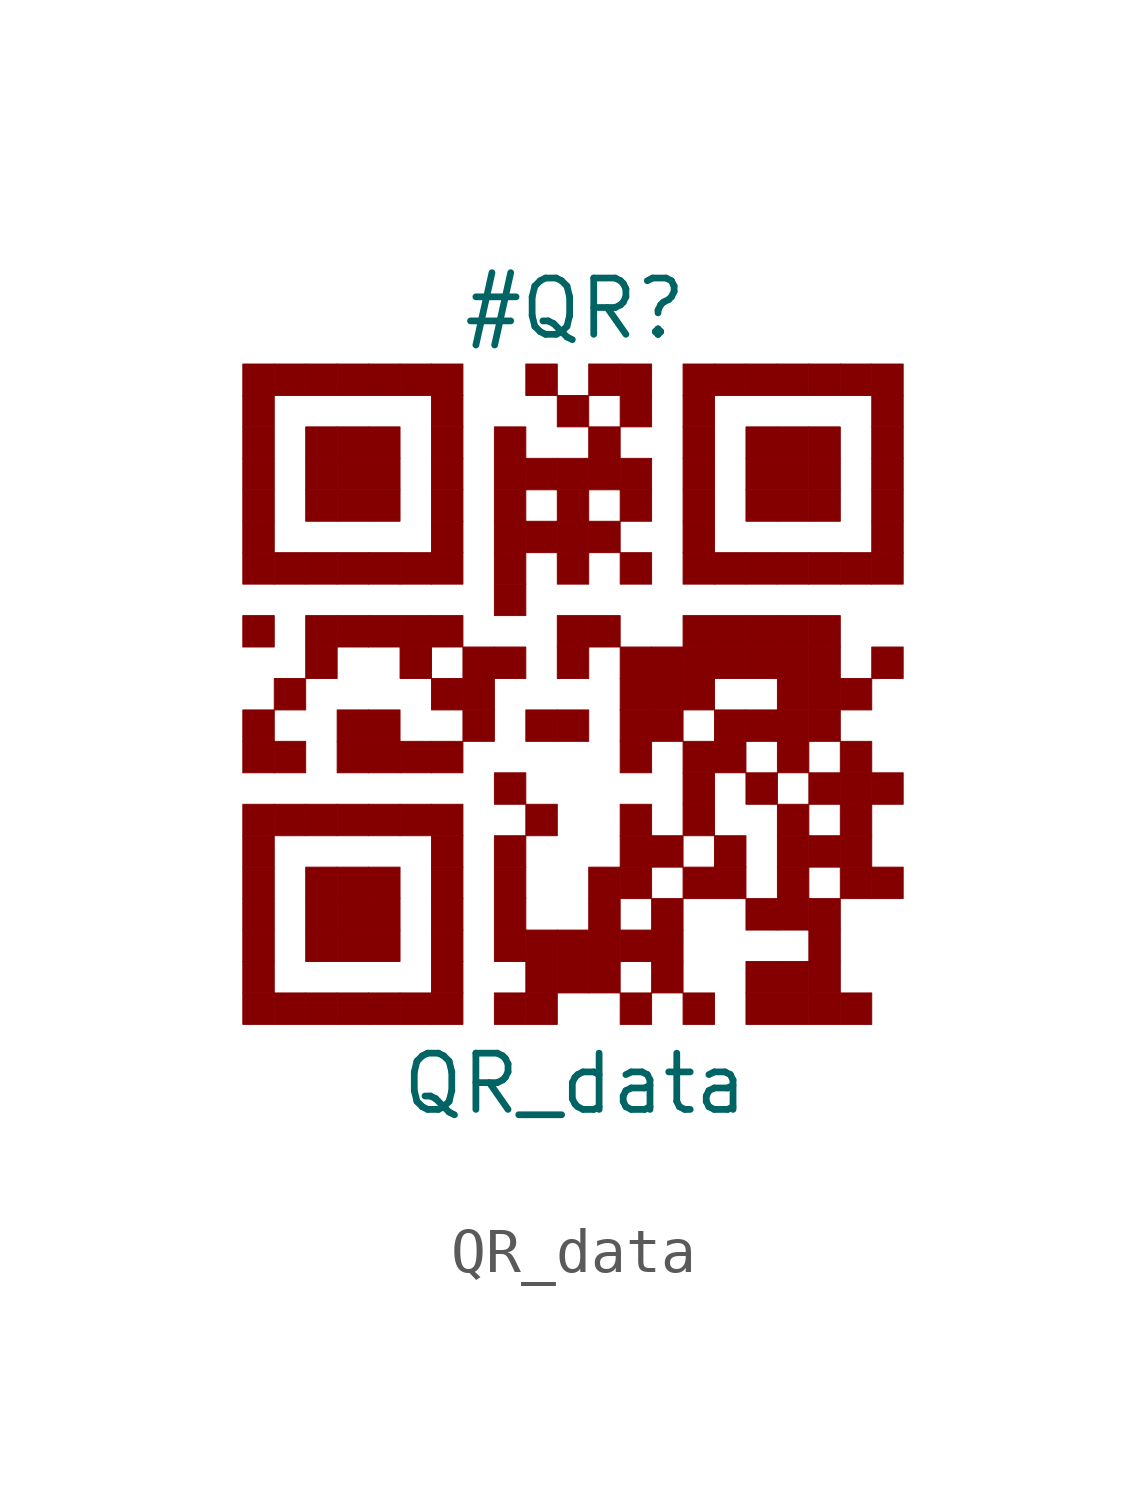
<source format=kicad_sym>
(kicad_symbol_lib
  (version 20211014)
  (generator kibot)
  (symbol "QR_data"
    (pin_numbers hide)
    (pin_names hide)
    (property "Reference" "#QR"
      (at 0 8.75 0)
      (effects (font (size 1.27 1.27))))
    (property "Value" "QR_data"
      (at 0 -8.75 0)
      (effects (font (size 1.27 1.27))))
    (rectangle
      (start -7.5 7.5)
      (end -6.79 6.79)
      (stroke (width 0.001) (type default))
      (fill (type outline)))
    (rectangle
      (start -6.79 7.5)
      (end -6.08 6.79)
      (stroke (width 0.001) (type default))
      (fill (type outline)))
    (rectangle
      (start -6.08 7.5)
      (end -5.37 6.79)
      (stroke (width 0.001) (type default))
      (fill (type outline)))
    (rectangle
      (start -5.37 7.5)
      (end -4.66 6.79)
      (stroke (width 0.001) (type default))
      (fill (type outline)))
    (rectangle
      (start -4.66 7.5)
      (end -3.95 6.79)
      (stroke (width 0.001) (type default))
      (fill (type outline)))
    (rectangle
      (start -3.95 7.5)
      (end -3.24 6.79)
      (stroke (width 0.001) (type default))
      (fill (type outline)))
    (rectangle
      (start -3.24 7.5)
      (end -2.53 6.79)
      (stroke (width 0.001) (type default))
      (fill (type outline)))
    (rectangle
      (start -1.11 7.5)
      (end -0.4 6.79)
      (stroke (width 0.001) (type default))
      (fill (type outline)))
    (rectangle
      (start 0.31 7.5)
      (end 1.02 6.79)
      (stroke (width 0.001) (type default))
      (fill (type outline)))
    (rectangle
      (start 1.02 7.5)
      (end 1.73 6.79)
      (stroke (width 0.001) (type default))
      (fill (type outline)))
    (rectangle
      (start 2.44 7.5)
      (end 3.15 6.79)
      (stroke (width 0.001) (type default))
      (fill (type outline)))
    (rectangle
      (start 3.15 7.5)
      (end 3.86 6.79)
      (stroke (width 0.001) (type default))
      (fill (type outline)))
    (rectangle
      (start 3.86 7.5)
      (end 4.57 6.79)
      (stroke (width 0.001) (type default))
      (fill (type outline)))
    (rectangle
      (start 4.57 7.5)
      (end 5.28 6.79)
      (stroke (width 0.001) (type default))
      (fill (type outline)))
    (rectangle
      (start 5.28 7.5)
      (end 5.99 6.79)
      (stroke (width 0.001) (type default))
      (fill (type outline)))
    (rectangle
      (start 5.99 7.5)
      (end 6.7 6.79)
      (stroke (width 0.001) (type default))
      (fill (type outline)))
    (rectangle
      (start 6.7 7.5)
      (end 7.41 6.79)
      (stroke (width 0.001) (type default))
      (fill (type outline)))
    (rectangle
      (start -7.5 6.79)
      (end -6.79 6.08)
      (stroke (width 0.001) (type default))
      (fill (type outline)))
    (rectangle
      (start -3.24 6.79)
      (end -2.53 6.08)
      (stroke (width 0.001) (type default))
      (fill (type outline)))
    (rectangle
      (start -0.4 6.79)
      (end 0.31 6.08)
      (stroke (width 0.001) (type default))
      (fill (type outline)))
    (rectangle
      (start 1.02 6.79)
      (end 1.73 6.08)
      (stroke (width 0.001) (type default))
      (fill (type outline)))
    (rectangle
      (start 2.44 6.79)
      (end 3.15 6.08)
      (stroke (width 0.001) (type default))
      (fill (type outline)))
    (rectangle
      (start 6.7 6.79)
      (end 7.41 6.08)
      (stroke (width 0.001) (type default))
      (fill (type outline)))
    (rectangle
      (start -7.5 6.08)
      (end -6.79 5.37)
      (stroke (width 0.001) (type default))
      (fill (type outline)))
    (rectangle
      (start -6.08 6.08)
      (end -5.37 5.37)
      (stroke (width 0.001) (type default))
      (fill (type outline)))
    (rectangle
      (start -5.37 6.08)
      (end -4.66 5.37)
      (stroke (width 0.001) (type default))
      (fill (type outline)))
    (rectangle
      (start -4.66 6.08)
      (end -3.95 5.37)
      (stroke (width 0.001) (type default))
      (fill (type outline)))
    (rectangle
      (start -3.24 6.08)
      (end -2.53 5.37)
      (stroke (width 0.001) (type default))
      (fill (type outline)))
    (rectangle
      (start -1.82 6.08)
      (end -1.11 5.37)
      (stroke (width 0.001) (type default))
      (fill (type outline)))
    (rectangle
      (start 0.31 6.08)
      (end 1.02 5.37)
      (stroke (width 0.001) (type default))
      (fill (type outline)))
    (rectangle
      (start 2.44 6.08)
      (end 3.15 5.37)
      (stroke (width 0.001) (type default))
      (fill (type outline)))
    (rectangle
      (start 3.86 6.08)
      (end 4.57 5.37)
      (stroke (width 0.001) (type default))
      (fill (type outline)))
    (rectangle
      (start 4.57 6.08)
      (end 5.28 5.37)
      (stroke (width 0.001) (type default))
      (fill (type outline)))
    (rectangle
      (start 5.28 6.08)
      (end 5.99 5.37)
      (stroke (width 0.001) (type default))
      (fill (type outline)))
    (rectangle
      (start 6.7 6.08)
      (end 7.41 5.37)
      (stroke (width 0.001) (type default))
      (fill (type outline)))
    (rectangle
      (start -7.5 5.37)
      (end -6.79 4.66)
      (stroke (width 0.001) (type default))
      (fill (type outline)))
    (rectangle
      (start -6.08 5.37)
      (end -5.37 4.66)
      (stroke (width 0.001) (type default))
      (fill (type outline)))
    (rectangle
      (start -5.37 5.37)
      (end -4.66 4.66)
      (stroke (width 0.001) (type default))
      (fill (type outline)))
    (rectangle
      (start -4.66 5.37)
      (end -3.95 4.66)
      (stroke (width 0.001) (type default))
      (fill (type outline)))
    (rectangle
      (start -3.24 5.37)
      (end -2.53 4.66)
      (stroke (width 0.001) (type default))
      (fill (type outline)))
    (rectangle
      (start -1.82 5.37)
      (end -1.11 4.66)
      (stroke (width 0.001) (type default))
      (fill (type outline)))
    (rectangle
      (start -1.11 5.37)
      (end -0.4 4.66)
      (stroke (width 0.001) (type default))
      (fill (type outline)))
    (rectangle
      (start -0.4 5.37)
      (end 0.31 4.66)
      (stroke (width 0.001) (type default))
      (fill (type outline)))
    (rectangle
      (start 0.31 5.37)
      (end 1.02 4.66)
      (stroke (width 0.001) (type default))
      (fill (type outline)))
    (rectangle
      (start 1.02 5.37)
      (end 1.73 4.66)
      (stroke (width 0.001) (type default))
      (fill (type outline)))
    (rectangle
      (start 2.44 5.37)
      (end 3.15 4.66)
      (stroke (width 0.001) (type default))
      (fill (type outline)))
    (rectangle
      (start 3.86 5.37)
      (end 4.57 4.66)
      (stroke (width 0.001) (type default))
      (fill (type outline)))
    (rectangle
      (start 4.57 5.37)
      (end 5.28 4.66)
      (stroke (width 0.001) (type default))
      (fill (type outline)))
    (rectangle
      (start 5.28 5.37)
      (end 5.99 4.66)
      (stroke (width 0.001) (type default))
      (fill (type outline)))
    (rectangle
      (start 6.7 5.37)
      (end 7.41 4.66)
      (stroke (width 0.001) (type default))
      (fill (type outline)))
    (rectangle
      (start -7.5 4.66)
      (end -6.79 3.95)
      (stroke (width 0.001) (type default))
      (fill (type outline)))
    (rectangle
      (start -6.08 4.66)
      (end -5.37 3.95)
      (stroke (width 0.001) (type default))
      (fill (type outline)))
    (rectangle
      (start -5.37 4.66)
      (end -4.66 3.95)
      (stroke (width 0.001) (type default))
      (fill (type outline)))
    (rectangle
      (start -4.66 4.66)
      (end -3.95 3.95)
      (stroke (width 0.001) (type default))
      (fill (type outline)))
    (rectangle
      (start -3.24 4.66)
      (end -2.53 3.95)
      (stroke (width 0.001) (type default))
      (fill (type outline)))
    (rectangle
      (start -1.82 4.66)
      (end -1.11 3.95)
      (stroke (width 0.001) (type default))
      (fill (type outline)))
    (rectangle
      (start -0.4 4.66)
      (end 0.31 3.95)
      (stroke (width 0.001) (type default))
      (fill (type outline)))
    (rectangle
      (start 1.02 4.66)
      (end 1.73 3.95)
      (stroke (width 0.001) (type default))
      (fill (type outline)))
    (rectangle
      (start 2.44 4.66)
      (end 3.15 3.95)
      (stroke (width 0.001) (type default))
      (fill (type outline)))
    (rectangle
      (start 3.86 4.66)
      (end 4.57 3.95)
      (stroke (width 0.001) (type default))
      (fill (type outline)))
    (rectangle
      (start 4.57 4.66)
      (end 5.28 3.95)
      (stroke (width 0.001) (type default))
      (fill (type outline)))
    (rectangle
      (start 5.28 4.66)
      (end 5.99 3.95)
      (stroke (width 0.001) (type default))
      (fill (type outline)))
    (rectangle
      (start 6.7 4.66)
      (end 7.41 3.95)
      (stroke (width 0.001) (type default))
      (fill (type outline)))
    (rectangle
      (start -7.5 3.95)
      (end -6.79 3.24)
      (stroke (width 0.001) (type default))
      (fill (type outline)))
    (rectangle
      (start -3.24 3.95)
      (end -2.53 3.24)
      (stroke (width 0.001) (type default))
      (fill (type outline)))
    (rectangle
      (start -1.82 3.95)
      (end -1.11 3.24)
      (stroke (width 0.001) (type default))
      (fill (type outline)))
    (rectangle
      (start -1.11 3.95)
      (end -0.4 3.24)
      (stroke (width 0.001) (type default))
      (fill (type outline)))
    (rectangle
      (start -0.4 3.95)
      (end 0.31 3.24)
      (stroke (width 0.001) (type default))
      (fill (type outline)))
    (rectangle
      (start 0.31 3.95)
      (end 1.02 3.24)
      (stroke (width 0.001) (type default))
      (fill (type outline)))
    (rectangle
      (start 2.44 3.95)
      (end 3.15 3.24)
      (stroke (width 0.001) (type default))
      (fill (type outline)))
    (rectangle
      (start 6.7 3.95)
      (end 7.41 3.24)
      (stroke (width 0.001) (type default))
      (fill (type outline)))
    (rectangle
      (start -7.5 3.24)
      (end -6.79 2.53)
      (stroke (width 0.001) (type default))
      (fill (type outline)))
    (rectangle
      (start -6.79 3.24)
      (end -6.08 2.53)
      (stroke (width 0.001) (type default))
      (fill (type outline)))
    (rectangle
      (start -6.08 3.24)
      (end -5.37 2.53)
      (stroke (width 0.001) (type default))
      (fill (type outline)))
    (rectangle
      (start -5.37 3.24)
      (end -4.66 2.53)
      (stroke (width 0.001) (type default))
      (fill (type outline)))
    (rectangle
      (start -4.66 3.24)
      (end -3.95 2.53)
      (stroke (width 0.001) (type default))
      (fill (type outline)))
    (rectangle
      (start -3.95 3.24)
      (end -3.24 2.53)
      (stroke (width 0.001) (type default))
      (fill (type outline)))
    (rectangle
      (start -3.24 3.24)
      (end -2.53 2.53)
      (stroke (width 0.001) (type default))
      (fill (type outline)))
    (rectangle
      (start -1.82 3.24)
      (end -1.11 2.53)
      (stroke (width 0.001) (type default))
      (fill (type outline)))
    (rectangle
      (start -0.4 3.24)
      (end 0.31 2.53)
      (stroke (width 0.001) (type default))
      (fill (type outline)))
    (rectangle
      (start 1.02 3.24)
      (end 1.73 2.53)
      (stroke (width 0.001) (type default))
      (fill (type outline)))
    (rectangle
      (start 2.44 3.24)
      (end 3.15 2.53)
      (stroke (width 0.001) (type default))
      (fill (type outline)))
    (rectangle
      (start 3.15 3.24)
      (end 3.86 2.53)
      (stroke (width 0.001) (type default))
      (fill (type outline)))
    (rectangle
      (start 3.86 3.24)
      (end 4.57 2.53)
      (stroke (width 0.001) (type default))
      (fill (type outline)))
    (rectangle
      (start 4.57 3.24)
      (end 5.28 2.53)
      (stroke (width 0.001) (type default))
      (fill (type outline)))
    (rectangle
      (start 5.28 3.24)
      (end 5.99 2.53)
      (stroke (width 0.001) (type default))
      (fill (type outline)))
    (rectangle
      (start 5.99 3.24)
      (end 6.7 2.53)
      (stroke (width 0.001) (type default))
      (fill (type outline)))
    (rectangle
      (start 6.7 3.24)
      (end 7.41 2.53)
      (stroke (width 0.001) (type default))
      (fill (type outline)))
    (rectangle
      (start -1.82 2.53)
      (end -1.11 1.82)
      (stroke (width 0.001) (type default))
      (fill (type outline)))
    (rectangle
      (start -7.5 1.82)
      (end -6.79 1.11)
      (stroke (width 0.001) (type default))
      (fill (type outline)))
    (rectangle
      (start -6.08 1.82)
      (end -5.37 1.11)
      (stroke (width 0.001) (type default))
      (fill (type outline)))
    (rectangle
      (start -5.37 1.82)
      (end -4.66 1.11)
      (stroke (width 0.001) (type default))
      (fill (type outline)))
    (rectangle
      (start -4.66 1.82)
      (end -3.95 1.11)
      (stroke (width 0.001) (type default))
      (fill (type outline)))
    (rectangle
      (start -3.95 1.82)
      (end -3.24 1.11)
      (stroke (width 0.001) (type default))
      (fill (type outline)))
    (rectangle
      (start -3.24 1.82)
      (end -2.53 1.11)
      (stroke (width 0.001) (type default))
      (fill (type outline)))
    (rectangle
      (start -0.4 1.82)
      (end 0.31 1.11)
      (stroke (width 0.001) (type default))
      (fill (type outline)))
    (rectangle
      (start 0.31 1.82)
      (end 1.02 1.11)
      (stroke (width 0.001) (type default))
      (fill (type outline)))
    (rectangle
      (start 2.44 1.82)
      (end 3.15 1.11)
      (stroke (width 0.001) (type default))
      (fill (type outline)))
    (rectangle
      (start 3.15 1.82)
      (end 3.86 1.11)
      (stroke (width 0.001) (type default))
      (fill (type outline)))
    (rectangle
      (start 3.86 1.82)
      (end 4.57 1.11)
      (stroke (width 0.001) (type default))
      (fill (type outline)))
    (rectangle
      (start 4.57 1.82)
      (end 5.28 1.11)
      (stroke (width 0.001) (type default))
      (fill (type outline)))
    (rectangle
      (start 5.28 1.82)
      (end 5.99 1.11)
      (stroke (width 0.001) (type default))
      (fill (type outline)))
    (rectangle
      (start -6.08 1.11)
      (end -5.37 0.4)
      (stroke (width 0.001) (type default))
      (fill (type outline)))
    (rectangle
      (start -3.95 1.11)
      (end -3.24 0.4)
      (stroke (width 0.001) (type default))
      (fill (type outline)))
    (rectangle
      (start -2.53 1.11)
      (end -1.82 0.4)
      (stroke (width 0.001) (type default))
      (fill (type outline)))
    (rectangle
      (start -1.82 1.11)
      (end -1.11 0.4)
      (stroke (width 0.001) (type default))
      (fill (type outline)))
    (rectangle
      (start -0.4 1.11)
      (end 0.31 0.4)
      (stroke (width 0.001) (type default))
      (fill (type outline)))
    (rectangle
      (start 1.02 1.11)
      (end 1.73 0.4)
      (stroke (width 0.001) (type default))
      (fill (type outline)))
    (rectangle
      (start 1.73 1.11)
      (end 2.44 0.4)
      (stroke (width 0.001) (type default))
      (fill (type outline)))
    (rectangle
      (start 2.44 1.11)
      (end 3.15 0.4)
      (stroke (width 0.001) (type default))
      (fill (type outline)))
    (rectangle
      (start 3.15 1.11)
      (end 3.86 0.4)
      (stroke (width 0.001) (type default))
      (fill (type outline)))
    (rectangle
      (start 3.86 1.11)
      (end 4.57 0.4)
      (stroke (width 0.001) (type default))
      (fill (type outline)))
    (rectangle
      (start 4.57 1.11)
      (end 5.28 0.4)
      (stroke (width 0.001) (type default))
      (fill (type outline)))
    (rectangle
      (start 5.28 1.11)
      (end 5.99 0.4)
      (stroke (width 0.001) (type default))
      (fill (type outline)))
    (rectangle
      (start 6.7 1.11)
      (end 7.41 0.4)
      (stroke (width 0.001) (type default))
      (fill (type outline)))
    (rectangle
      (start -6.79 0.4)
      (end -6.08 -0.31)
      (stroke (width 0.001) (type default))
      (fill (type outline)))
    (rectangle
      (start -3.24 0.4)
      (end -2.53 -0.31)
      (stroke (width 0.001) (type default))
      (fill (type outline)))
    (rectangle
      (start -2.53 0.4)
      (end -1.82 -0.31)
      (stroke (width 0.001) (type default))
      (fill (type outline)))
    (rectangle
      (start 1.02 0.4)
      (end 1.73 -0.31)
      (stroke (width 0.001) (type default))
      (fill (type outline)))
    (rectangle
      (start 1.73 0.4)
      (end 2.44 -0.31)
      (stroke (width 0.001) (type default))
      (fill (type outline)))
    (rectangle
      (start 2.44 0.4)
      (end 3.15 -0.31)
      (stroke (width 0.001) (type default))
      (fill (type outline)))
    (rectangle
      (start 4.57 0.4)
      (end 5.28 -0.31)
      (stroke (width 0.001) (type default))
      (fill (type outline)))
    (rectangle
      (start 5.28 0.4)
      (end 5.99 -0.31)
      (stroke (width 0.001) (type default))
      (fill (type outline)))
    (rectangle
      (start 5.99 0.4)
      (end 6.7 -0.31)
      (stroke (width 0.001) (type default))
      (fill (type outline)))
    (rectangle
      (start -7.5 -0.31)
      (end -6.79 -1.02)
      (stroke (width 0.001) (type default))
      (fill (type outline)))
    (rectangle
      (start -5.37 -0.31)
      (end -4.66 -1.02)
      (stroke (width 0.001) (type default))
      (fill (type outline)))
    (rectangle
      (start -4.66 -0.31)
      (end -3.95 -1.02)
      (stroke (width 0.001) (type default))
      (fill (type outline)))
    (rectangle
      (start -2.53 -0.31)
      (end -1.82 -1.02)
      (stroke (width 0.001) (type default))
      (fill (type outline)))
    (rectangle
      (start -1.11 -0.31)
      (end -0.4 -1.02)
      (stroke (width 0.001) (type default))
      (fill (type outline)))
    (rectangle
      (start -0.4 -0.31)
      (end 0.31 -1.02)
      (stroke (width 0.001) (type default))
      (fill (type outline)))
    (rectangle
      (start 1.02 -0.31)
      (end 1.73 -1.02)
      (stroke (width 0.001) (type default))
      (fill (type outline)))
    (rectangle
      (start 1.73 -0.31)
      (end 2.44 -1.02)
      (stroke (width 0.001) (type default))
      (fill (type outline)))
    (rectangle
      (start 3.15 -0.31)
      (end 3.86 -1.02)
      (stroke (width 0.001) (type default))
      (fill (type outline)))
    (rectangle
      (start 3.86 -0.31)
      (end 4.57 -1.02)
      (stroke (width 0.001) (type default))
      (fill (type outline)))
    (rectangle
      (start 4.57 -0.31)
      (end 5.28 -1.02)
      (stroke (width 0.001) (type default))
      (fill (type outline)))
    (rectangle
      (start 5.28 -0.31)
      (end 5.99 -1.02)
      (stroke (width 0.001) (type default))
      (fill (type outline)))
    (rectangle
      (start -7.5 -1.02)
      (end -6.79 -1.73)
      (stroke (width 0.001) (type default))
      (fill (type outline)))
    (rectangle
      (start -6.79 -1.02)
      (end -6.08 -1.73)
      (stroke (width 0.001) (type default))
      (fill (type outline)))
    (rectangle
      (start -5.37 -1.02)
      (end -4.66 -1.73)
      (stroke (width 0.001) (type default))
      (fill (type outline)))
    (rectangle
      (start -4.66 -1.02)
      (end -3.95 -1.73)
      (stroke (width 0.001) (type default))
      (fill (type outline)))
    (rectangle
      (start -3.95 -1.02)
      (end -3.24 -1.73)
      (stroke (width 0.001) (type default))
      (fill (type outline)))
    (rectangle
      (start -3.24 -1.02)
      (end -2.53 -1.73)
      (stroke (width 0.001) (type default))
      (fill (type outline)))
    (rectangle
      (start 1.02 -1.02)
      (end 1.73 -1.73)
      (stroke (width 0.001) (type default))
      (fill (type outline)))
    (rectangle
      (start 2.44 -1.02)
      (end 3.15 -1.73)
      (stroke (width 0.001) (type default))
      (fill (type outline)))
    (rectangle
      (start 3.15 -1.02)
      (end 3.86 -1.73)
      (stroke (width 0.001) (type default))
      (fill (type outline)))
    (rectangle
      (start 4.57 -1.02)
      (end 5.28 -1.73)
      (stroke (width 0.001) (type default))
      (fill (type outline)))
    (rectangle
      (start 5.99 -1.02)
      (end 6.7 -1.73)
      (stroke (width 0.001) (type default))
      (fill (type outline)))
    (rectangle
      (start -1.82 -1.73)
      (end -1.11 -2.44)
      (stroke (width 0.001) (type default))
      (fill (type outline)))
    (rectangle
      (start 2.44 -1.73)
      (end 3.15 -2.44)
      (stroke (width 0.001) (type default))
      (fill (type outline)))
    (rectangle
      (start 3.86 -1.73)
      (end 4.57 -2.44)
      (stroke (width 0.001) (type default))
      (fill (type outline)))
    (rectangle
      (start 5.28 -1.73)
      (end 5.99 -2.44)
      (stroke (width 0.001) (type default))
      (fill (type outline)))
    (rectangle
      (start 5.99 -1.73)
      (end 6.7 -2.44)
      (stroke (width 0.001) (type default))
      (fill (type outline)))
    (rectangle
      (start 6.7 -1.73)
      (end 7.41 -2.44)
      (stroke (width 0.001) (type default))
      (fill (type outline)))
    (rectangle
      (start -7.5 -2.44)
      (end -6.79 -3.15)
      (stroke (width 0.001) (type default))
      (fill (type outline)))
    (rectangle
      (start -6.79 -2.44)
      (end -6.08 -3.15)
      (stroke (width 0.001) (type default))
      (fill (type outline)))
    (rectangle
      (start -6.08 -2.44)
      (end -5.37 -3.15)
      (stroke (width 0.001) (type default))
      (fill (type outline)))
    (rectangle
      (start -5.37 -2.44)
      (end -4.66 -3.15)
      (stroke (width 0.001) (type default))
      (fill (type outline)))
    (rectangle
      (start -4.66 -2.44)
      (end -3.95 -3.15)
      (stroke (width 0.001) (type default))
      (fill (type outline)))
    (rectangle
      (start -3.95 -2.44)
      (end -3.24 -3.15)
      (stroke (width 0.001) (type default))
      (fill (type outline)))
    (rectangle
      (start -3.24 -2.44)
      (end -2.53 -3.15)
      (stroke (width 0.001) (type default))
      (fill (type outline)))
    (rectangle
      (start -1.11 -2.44)
      (end -0.4 -3.15)
      (stroke (width 0.001) (type default))
      (fill (type outline)))
    (rectangle
      (start 1.02 -2.44)
      (end 1.73 -3.15)
      (stroke (width 0.001) (type default))
      (fill (type outline)))
    (rectangle
      (start 2.44 -2.44)
      (end 3.15 -3.15)
      (stroke (width 0.001) (type default))
      (fill (type outline)))
    (rectangle
      (start 4.57 -2.44)
      (end 5.28 -3.15)
      (stroke (width 0.001) (type default))
      (fill (type outline)))
    (rectangle
      (start 5.99 -2.44)
      (end 6.7 -3.15)
      (stroke (width 0.001) (type default))
      (fill (type outline)))
    (rectangle
      (start -7.5 -3.15)
      (end -6.79 -3.86)
      (stroke (width 0.001) (type default))
      (fill (type outline)))
    (rectangle
      (start -3.24 -3.15)
      (end -2.53 -3.86)
      (stroke (width 0.001) (type default))
      (fill (type outline)))
    (rectangle
      (start -1.82 -3.15)
      (end -1.11 -3.86)
      (stroke (width 0.001) (type default))
      (fill (type outline)))
    (rectangle
      (start 1.02 -3.15)
      (end 1.73 -3.86)
      (stroke (width 0.001) (type default))
      (fill (type outline)))
    (rectangle
      (start 1.73 -3.15)
      (end 2.44 -3.86)
      (stroke (width 0.001) (type default))
      (fill (type outline)))
    (rectangle
      (start 3.15 -3.15)
      (end 3.86 -3.86)
      (stroke (width 0.001) (type default))
      (fill (type outline)))
    (rectangle
      (start 4.57 -3.15)
      (end 5.28 -3.86)
      (stroke (width 0.001) (type default))
      (fill (type outline)))
    (rectangle
      (start 5.28 -3.15)
      (end 5.99 -3.86)
      (stroke (width 0.001) (type default))
      (fill (type outline)))
    (rectangle
      (start 5.99 -3.15)
      (end 6.7 -3.86)
      (stroke (width 0.001) (type default))
      (fill (type outline)))
    (rectangle
      (start -7.5 -3.86)
      (end -6.79 -4.57)
      (stroke (width 0.001) (type default))
      (fill (type outline)))
    (rectangle
      (start -6.08 -3.86)
      (end -5.37 -4.57)
      (stroke (width 0.001) (type default))
      (fill (type outline)))
    (rectangle
      (start -5.37 -3.86)
      (end -4.66 -4.57)
      (stroke (width 0.001) (type default))
      (fill (type outline)))
    (rectangle
      (start -4.66 -3.86)
      (end -3.95 -4.57)
      (stroke (width 0.001) (type default))
      (fill (type outline)))
    (rectangle
      (start -3.24 -3.86)
      (end -2.53 -4.57)
      (stroke (width 0.001) (type default))
      (fill (type outline)))
    (rectangle
      (start -1.82 -3.86)
      (end -1.11 -4.57)
      (stroke (width 0.001) (type default))
      (fill (type outline)))
    (rectangle
      (start 0.31 -3.86)
      (end 1.02 -4.57)
      (stroke (width 0.001) (type default))
      (fill (type outline)))
    (rectangle
      (start 1.02 -3.86)
      (end 1.73 -4.57)
      (stroke (width 0.001) (type default))
      (fill (type outline)))
    (rectangle
      (start 2.44 -3.86)
      (end 3.15 -4.57)
      (stroke (width 0.001) (type default))
      (fill (type outline)))
    (rectangle
      (start 3.15 -3.86)
      (end 3.86 -4.57)
      (stroke (width 0.001) (type default))
      (fill (type outline)))
    (rectangle
      (start 4.57 -3.86)
      (end 5.28 -4.57)
      (stroke (width 0.001) (type default))
      (fill (type outline)))
    (rectangle
      (start 5.99 -3.86)
      (end 6.7 -4.57)
      (stroke (width 0.001) (type default))
      (fill (type outline)))
    (rectangle
      (start 6.7 -3.86)
      (end 7.41 -4.57)
      (stroke (width 0.001) (type default))
      (fill (type outline)))
    (rectangle
      (start -7.5 -4.57)
      (end -6.79 -5.28)
      (stroke (width 0.001) (type default))
      (fill (type outline)))
    (rectangle
      (start -6.08 -4.57)
      (end -5.37 -5.28)
      (stroke (width 0.001) (type default))
      (fill (type outline)))
    (rectangle
      (start -5.37 -4.57)
      (end -4.66 -5.28)
      (stroke (width 0.001) (type default))
      (fill (type outline)))
    (rectangle
      (start -4.66 -4.57)
      (end -3.95 -5.28)
      (stroke (width 0.001) (type default))
      (fill (type outline)))
    (rectangle
      (start -3.24 -4.57)
      (end -2.53 -5.28)
      (stroke (width 0.001) (type default))
      (fill (type outline)))
    (rectangle
      (start -1.82 -4.57)
      (end -1.11 -5.28)
      (stroke (width 0.001) (type default))
      (fill (type outline)))
    (rectangle
      (start 0.31 -4.57)
      (end 1.02 -5.28)
      (stroke (width 0.001) (type default))
      (fill (type outline)))
    (rectangle
      (start 1.73 -4.57)
      (end 2.44 -5.28)
      (stroke (width 0.001) (type default))
      (fill (type outline)))
    (rectangle
      (start 3.86 -4.57)
      (end 4.57 -5.28)
      (stroke (width 0.001) (type default))
      (fill (type outline)))
    (rectangle
      (start 4.57 -4.57)
      (end 5.28 -5.28)
      (stroke (width 0.001) (type default))
      (fill (type outline)))
    (rectangle
      (start 5.28 -4.57)
      (end 5.99 -5.28)
      (stroke (width 0.001) (type default))
      (fill (type outline)))
    (rectangle
      (start -7.5 -5.28)
      (end -6.79 -5.99)
      (stroke (width 0.001) (type default))
      (fill (type outline)))
    (rectangle
      (start -6.08 -5.28)
      (end -5.37 -5.99)
      (stroke (width 0.001) (type default))
      (fill (type outline)))
    (rectangle
      (start -5.37 -5.28)
      (end -4.66 -5.99)
      (stroke (width 0.001) (type default))
      (fill (type outline)))
    (rectangle
      (start -4.66 -5.28)
      (end -3.95 -5.99)
      (stroke (width 0.001) (type default))
      (fill (type outline)))
    (rectangle
      (start -3.24 -5.28)
      (end -2.53 -5.99)
      (stroke (width 0.001) (type default))
      (fill (type outline)))
    (rectangle
      (start -1.82 -5.28)
      (end -1.11 -5.99)
      (stroke (width 0.001) (type default))
      (fill (type outline)))
    (rectangle
      (start -1.11 -5.28)
      (end -0.4 -5.99)
      (stroke (width 0.001) (type default))
      (fill (type outline)))
    (rectangle
      (start -0.4 -5.28)
      (end 0.31 -5.99)
      (stroke (width 0.001) (type default))
      (fill (type outline)))
    (rectangle
      (start 0.31 -5.28)
      (end 1.02 -5.99)
      (stroke (width 0.001) (type default))
      (fill (type outline)))
    (rectangle
      (start 1.02 -5.28)
      (end 1.73 -5.99)
      (stroke (width 0.001) (type default))
      (fill (type outline)))
    (rectangle
      (start 1.73 -5.28)
      (end 2.44 -5.99)
      (stroke (width 0.001) (type default))
      (fill (type outline)))
    (rectangle
      (start 5.28 -5.28)
      (end 5.99 -5.99)
      (stroke (width 0.001) (type default))
      (fill (type outline)))
    (rectangle
      (start -7.5 -5.99)
      (end -6.79 -6.7)
      (stroke (width 0.001) (type default))
      (fill (type outline)))
    (rectangle
      (start -3.24 -5.99)
      (end -2.53 -6.7)
      (stroke (width 0.001) (type default))
      (fill (type outline)))
    (rectangle
      (start -1.11 -5.99)
      (end -0.4 -6.7)
      (stroke (width 0.001) (type default))
      (fill (type outline)))
    (rectangle
      (start -0.4 -5.99)
      (end 0.31 -6.7)
      (stroke (width 0.001) (type default))
      (fill (type outline)))
    (rectangle
      (start 0.31 -5.99)
      (end 1.02 -6.7)
      (stroke (width 0.001) (type default))
      (fill (type outline)))
    (rectangle
      (start 1.73 -5.99)
      (end 2.44 -6.7)
      (stroke (width 0.001) (type default))
      (fill (type outline)))
    (rectangle
      (start 3.86 -5.99)
      (end 4.57 -6.7)
      (stroke (width 0.001) (type default))
      (fill (type outline)))
    (rectangle
      (start 4.57 -5.99)
      (end 5.28 -6.7)
      (stroke (width 0.001) (type default))
      (fill (type outline)))
    (rectangle
      (start 5.28 -5.99)
      (end 5.99 -6.7)
      (stroke (width 0.001) (type default))
      (fill (type outline)))
    (rectangle
      (start -7.5 -6.7)
      (end -6.79 -7.41)
      (stroke (width 0.001) (type default))
      (fill (type outline)))
    (rectangle
      (start -6.79 -6.7)
      (end -6.08 -7.41)
      (stroke (width 0.001) (type default))
      (fill (type outline)))
    (rectangle
      (start -6.08 -6.7)
      (end -5.37 -7.41)
      (stroke (width 0.001) (type default))
      (fill (type outline)))
    (rectangle
      (start -5.37 -6.7)
      (end -4.66 -7.41)
      (stroke (width 0.001) (type default))
      (fill (type outline)))
    (rectangle
      (start -4.66 -6.7)
      (end -3.95 -7.41)
      (stroke (width 0.001) (type default))
      (fill (type outline)))
    (rectangle
      (start -3.95 -6.7)
      (end -3.24 -7.41)
      (stroke (width 0.001) (type default))
      (fill (type outline)))
    (rectangle
      (start -3.24 -6.7)
      (end -2.53 -7.41)
      (stroke (width 0.001) (type default))
      (fill (type outline)))
    (rectangle
      (start -1.82 -6.7)
      (end -1.11 -7.41)
      (stroke (width 0.001) (type default))
      (fill (type outline)))
    (rectangle
      (start -1.11 -6.7)
      (end -0.4 -7.41)
      (stroke (width 0.001) (type default))
      (fill (type outline)))
    (rectangle
      (start 1.02 -6.7)
      (end 1.73 -7.41)
      (stroke (width 0.001) (type default))
      (fill (type outline)))
    (rectangle
      (start 2.44 -6.7)
      (end 3.15 -7.41)
      (stroke (width 0.001) (type default))
      (fill (type outline)))
    (rectangle
      (start 3.86 -6.7)
      (end 4.57 -7.41)
      (stroke (width 0.001) (type default))
      (fill (type outline)))
    (rectangle
      (start 4.57 -6.7)
      (end 5.28 -7.41)
      (stroke (width 0.001) (type default))
      (fill (type outline)))
    (rectangle
      (start 5.28 -6.7)
      (end 5.99 -7.41)
      (stroke (width 0.001) (type default))
      (fill (type outline)))
    (rectangle
      (start 5.99 -6.7)
      (end 6.7 -7.41)
      (stroke (width 0.001) (type default))
      (fill (type outline)))))
</source>
